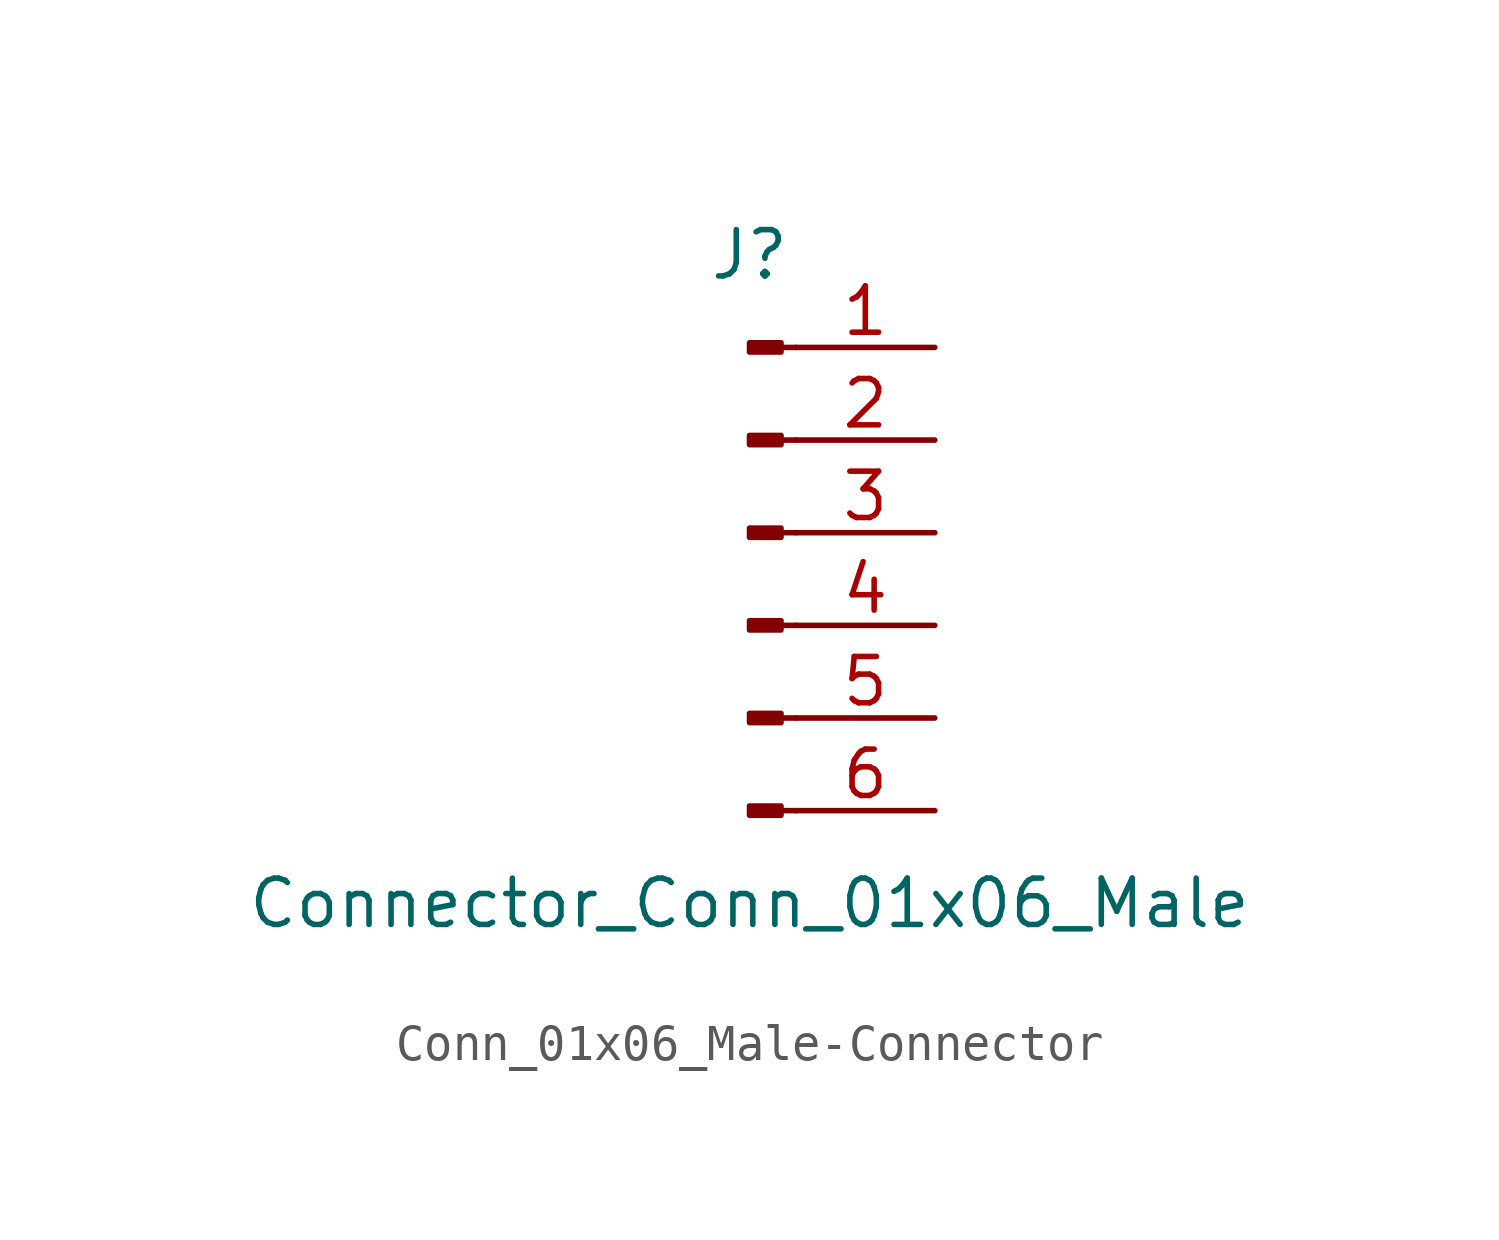
<source format=kicad_sym>
(kicad_symbol_lib
  (version 20241209)
  (generator "kicad_symbol_editor")
  (generator_version "9.0")
  (symbol "Conn_01x06_Male-Connector"
    (pin_names
      (offset 1.016)
      (hide yes))
    (property "Reference" "J"
      (at 0 7.62 0)
      (effects (font (size 1.27 1.27))))
    (property "Value" "Connector_Conn_01x06_Male"
      (at 0 -10.16 0)
      (effects (font (size 1.27 1.27))))
    (symbol "Conn_01x06_Male-Connector_1_1"
      (rectangle (start 0.864 5.207) (end 0 4.953) (stroke (width 0.152) (type solid)) (fill (type outline)))
      (rectangle (start 0.864 2.667) (end 0 2.413) (stroke (width 0.152) (type solid)) (fill (type outline)))
      (rectangle (start 0.864 0.127) (end 0 -0.127) (stroke (width 0.152) (type solid)) (fill (type outline)))
      (rectangle (start 0.864 -2.413) (end 0 -2.667) (stroke (width 0.152) (type solid)) (fill (type outline)))
      (rectangle (start 0.864 -4.953) (end 0 -5.207) (stroke (width 0.152) (type solid)) (fill (type outline)))
      (rectangle (start 0.864 -7.493) (end 0 -7.747) (stroke (width 0.152) (type solid)) (fill (type outline)))
      (polyline (pts (xy 1.27 5.08) (xy 0.864 5.08)) (stroke (width 0.152) (type solid)) (fill (type none)))
      (polyline (pts (xy 1.27 2.54) (xy 0.864 2.54)) (stroke (width 0.152) (type solid)) (fill (type none)))
      (polyline (pts (xy 1.27 0) (xy 0.864 0)) (stroke (width 0.152) (type solid)) (fill (type none)))
      (polyline (pts (xy 1.27 -2.54) (xy 0.864 -2.54)) (stroke (width 0.152) (type solid)) (fill (type none)))
      (polyline (pts (xy 1.27 -5.08) (xy 0.864 -5.08)) (stroke (width 0.152) (type solid)) (fill (type none)))
      (polyline (pts (xy 1.27 -7.62) (xy 0.864 -7.62)) (stroke (width 0.152) (type solid)) (fill (type none)))
      (pin passive line (at 5.08 5.08 180) (length 3.81) (name "Pin_1" (effects (font (size 1.27 1.27)))) (number "1" (effects (font (size 1.27 1.27)))))
      (pin passive line (at 5.08 2.54 180) (length 3.81) (name "Pin_2" (effects (font (size 1.27 1.27)))) (number "2" (effects (font (size 1.27 1.27)))))
      (pin passive line (at 5.08 0 180) (length 3.81) (name "Pin_3" (effects (font (size 1.27 1.27)))) (number "3" (effects (font (size 1.27 1.27)))))
      (pin passive line (at 5.08 -2.54 180) (length 3.81) (name "Pin_4" (effects (font (size 1.27 1.27)))) (number "4" (effects (font (size 1.27 1.27)))))
      (pin passive line (at 5.08 -5.08 180) (length 3.81) (name "Pin_5" (effects (font (size 1.27 1.27)))) (number "5" (effects (font (size 1.27 1.27)))))
      (pin passive line (at 5.08 -7.62 180) (length 3.81) (name "Pin_6" (effects (font (size 1.27 1.27)))) (number "6" (effects (font (size 1.27 1.27))))))))
</source>
